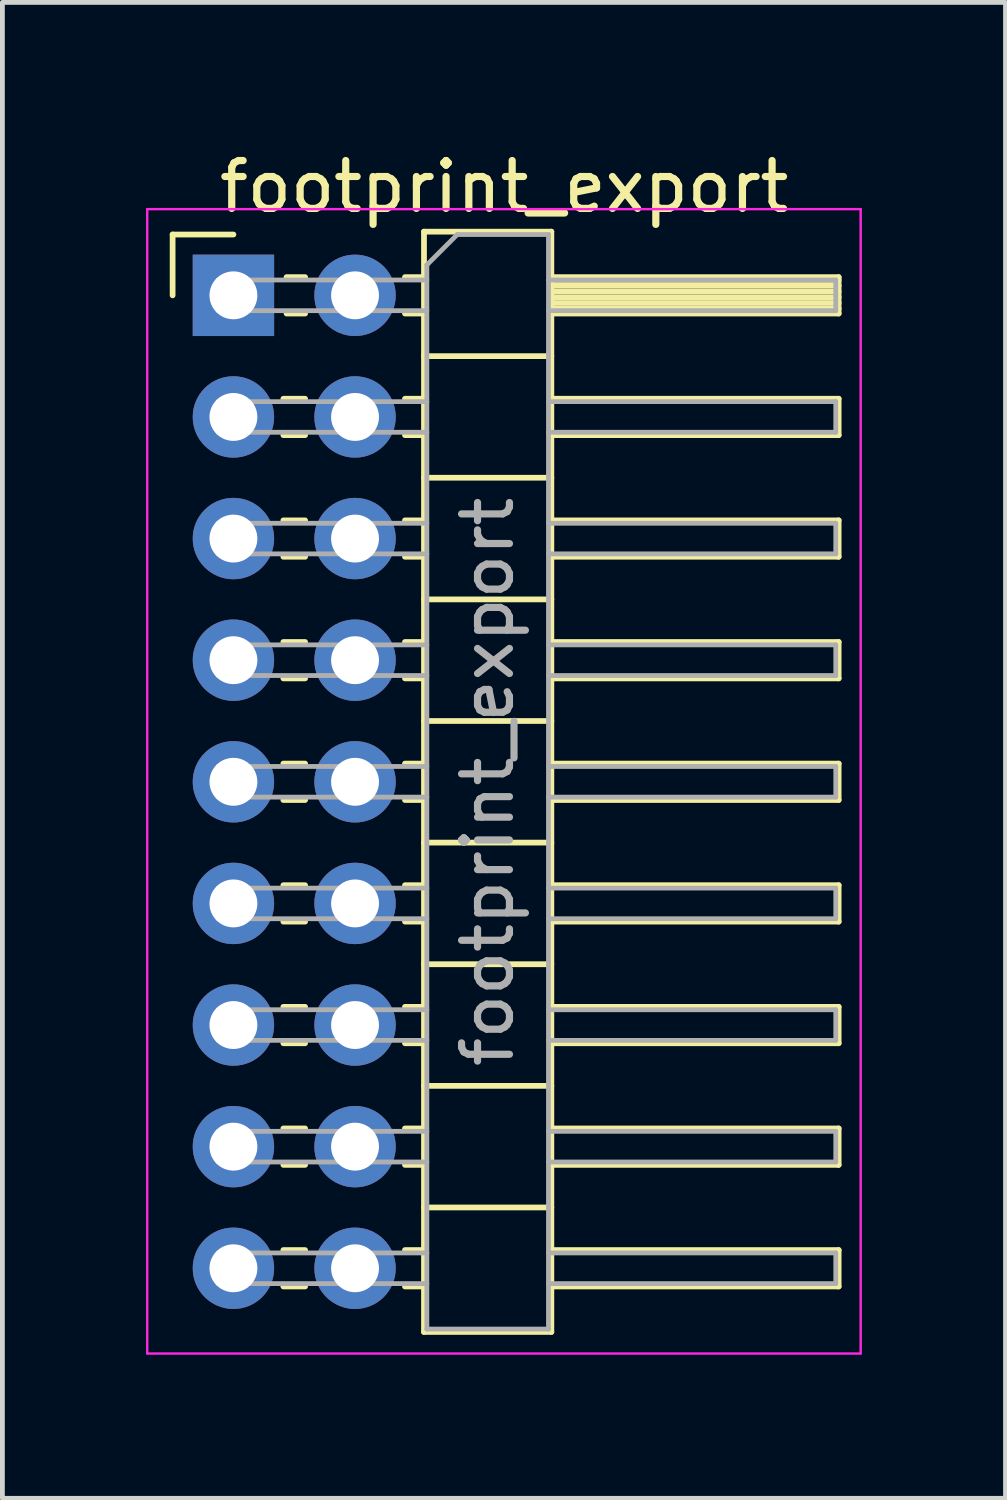
<source format=kicad_pcb>
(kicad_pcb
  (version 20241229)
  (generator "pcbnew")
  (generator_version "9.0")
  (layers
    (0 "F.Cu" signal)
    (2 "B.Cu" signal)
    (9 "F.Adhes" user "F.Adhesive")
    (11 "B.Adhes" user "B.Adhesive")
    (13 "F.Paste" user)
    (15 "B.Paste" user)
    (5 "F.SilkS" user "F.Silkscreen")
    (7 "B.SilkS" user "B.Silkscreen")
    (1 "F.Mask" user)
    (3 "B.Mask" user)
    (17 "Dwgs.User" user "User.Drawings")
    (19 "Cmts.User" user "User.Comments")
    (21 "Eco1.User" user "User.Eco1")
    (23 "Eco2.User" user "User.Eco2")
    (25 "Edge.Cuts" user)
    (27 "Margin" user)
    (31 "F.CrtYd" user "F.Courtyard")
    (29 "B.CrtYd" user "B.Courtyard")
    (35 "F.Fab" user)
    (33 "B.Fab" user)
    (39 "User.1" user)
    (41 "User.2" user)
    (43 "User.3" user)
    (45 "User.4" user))
  (footprint "footprint_export"
    (layer "F.Cu")
    (at 1.825 3.118)
    (property "Reference" "footprint_export" (at 5.655 -2.27 0) (layer "F.SilkS") (effects (font (size 1 1) (thickness 0.15))))
    (attr through_hole)
    (fp_line (start -1.27 -1.27) (end 0 -1.27) (stroke (width 0.12) (type solid)) (layer "F.SilkS"))
    (fp_line (start -1.27 0) (end -1.27 -1.27) (stroke (width 0.12) (type solid)) (layer "F.SilkS"))
    (fp_line (start 1.043 2.16) (end 1.497 2.16) (stroke (width 0.12) (type solid)) (layer "F.SilkS"))
    (fp_line (start 1.043 2.92) (end 1.497 2.92) (stroke (width 0.12) (type solid)) (layer "F.SilkS"))
    (fp_line (start 1.043 4.7) (end 1.497 4.7) (stroke (width 0.12) (type solid)) (layer "F.SilkS"))
    (fp_line (start 1.043 5.46) (end 1.497 5.46) (stroke (width 0.12) (type solid)) (layer "F.SilkS"))
    (fp_line (start 1.043 7.24) (end 1.497 7.24) (stroke (width 0.12) (type solid)) (layer "F.SilkS"))
    (fp_line (start 1.043 8) (end 1.497 8) (stroke (width 0.12) (type solid)) (layer "F.SilkS"))
    (fp_line (start 1.043 9.78) (end 1.497 9.78) (stroke (width 0.12) (type solid)) (layer "F.SilkS"))
    (fp_line (start 1.043 10.54) (end 1.497 10.54) (stroke (width 0.12) (type solid)) (layer "F.SilkS"))
    (fp_line (start 1.043 12.32) (end 1.497 12.32) (stroke (width 0.12) (type solid)) (layer "F.SilkS"))
    (fp_line (start 1.043 13.08) (end 1.497 13.08) (stroke (width 0.12) (type solid)) (layer "F.SilkS"))
    (fp_line (start 1.043 14.86) (end 1.497 14.86) (stroke (width 0.12) (type solid)) (layer "F.SilkS"))
    (fp_line (start 1.043 15.62) (end 1.497 15.62) (stroke (width 0.12) (type solid)) (layer "F.SilkS"))
    (fp_line (start 1.043 17.4) (end 1.497 17.4) (stroke (width 0.12) (type solid)) (layer "F.SilkS"))
    (fp_line (start 1.043 18.16) (end 1.497 18.16) (stroke (width 0.12) (type solid)) (layer "F.SilkS"))
    (fp_line (start 1.043 19.94) (end 1.497 19.94) (stroke (width 0.12) (type solid)) (layer "F.SilkS"))
    (fp_line (start 1.043 20.7) (end 1.497 20.7) (stroke (width 0.12) (type solid)) (layer "F.SilkS"))
    (fp_line (start 1.11 -0.38) (end 1.497 -0.38) (stroke (width 0.12) (type solid)) (layer "F.SilkS"))
    (fp_line (start 1.11 0.38) (end 1.497 0.38) (stroke (width 0.12) (type solid)) (layer "F.SilkS"))
    (fp_line (start 3.583 -0.38) (end 3.98 -0.38) (stroke (width 0.12) (type solid)) (layer "F.SilkS"))
    (fp_line (start 3.583 0.38) (end 3.98 0.38) (stroke (width 0.12) (type solid)) (layer "F.SilkS"))
    (fp_line (start 3.583 2.16) (end 3.98 2.16) (stroke (width 0.12) (type solid)) (layer "F.SilkS"))
    (fp_line (start 3.583 2.92) (end 3.98 2.92) (stroke (width 0.12) (type solid)) (layer "F.SilkS"))
    (fp_line (start 3.583 4.7) (end 3.98 4.7) (stroke (width 0.12) (type solid)) (layer "F.SilkS"))
    (fp_line (start 3.583 5.46) (end 3.98 5.46) (stroke (width 0.12) (type solid)) (layer "F.SilkS"))
    (fp_line (start 3.583 7.24) (end 3.98 7.24) (stroke (width 0.12) (type solid)) (layer "F.SilkS"))
    (fp_line (start 3.583 8) (end 3.98 8) (stroke (width 0.12) (type solid)) (layer "F.SilkS"))
    (fp_line (start 3.583 9.78) (end 3.98 9.78) (stroke (width 0.12) (type solid)) (layer "F.SilkS"))
    (fp_line (start 3.583 10.54) (end 3.98 10.54) (stroke (width 0.12) (type solid)) (layer "F.SilkS"))
    (fp_line (start 3.583 12.32) (end 3.98 12.32) (stroke (width 0.12) (type solid)) (layer "F.SilkS"))
    (fp_line (start 3.583 13.08) (end 3.98 13.08) (stroke (width 0.12) (type solid)) (layer "F.SilkS"))
    (fp_line (start 3.583 14.86) (end 3.98 14.86) (stroke (width 0.12) (type solid)) (layer "F.SilkS"))
    (fp_line (start 3.583 15.62) (end 3.98 15.62) (stroke (width 0.12) (type solid)) (layer "F.SilkS"))
    (fp_line (start 3.583 17.4) (end 3.98 17.4) (stroke (width 0.12) (type solid)) (layer "F.SilkS"))
    (fp_line (start 3.583 18.16) (end 3.98 18.16) (stroke (width 0.12) (type solid)) (layer "F.SilkS"))
    (fp_line (start 3.583 19.94) (end 3.98 19.94) (stroke (width 0.12) (type solid)) (layer "F.SilkS"))
    (fp_line (start 3.583 20.7) (end 3.98 20.7) (stroke (width 0.12) (type solid)) (layer "F.SilkS"))
    (fp_line (start 3.98 -1.33) (end 3.98 21.65) (stroke (width 0.12) (type solid)) (layer "F.SilkS"))
    (fp_line (start 3.98 1.27) (end 6.64 1.27) (stroke (width 0.12) (type solid)) (layer "F.SilkS"))
    (fp_line (start 3.98 3.81) (end 6.64 3.81) (stroke (width 0.12) (type solid)) (layer "F.SilkS"))
    (fp_line (start 3.98 6.35) (end 6.64 6.35) (stroke (width 0.12) (type solid)) (layer "F.SilkS"))
    (fp_line (start 3.98 8.89) (end 6.64 8.89) (stroke (width 0.12) (type solid)) (layer "F.SilkS"))
    (fp_line (start 3.98 11.43) (end 6.64 11.43) (stroke (width 0.12) (type solid)) (layer "F.SilkS"))
    (fp_line (start 3.98 13.97) (end 6.64 13.97) (stroke (width 0.12) (type solid)) (layer "F.SilkS"))
    (fp_line (start 3.98 16.51) (end 6.64 16.51) (stroke (width 0.12) (type solid)) (layer "F.SilkS"))
    (fp_line (start 3.98 19.05) (end 6.64 19.05) (stroke (width 0.12) (type solid)) (layer "F.SilkS"))
    (fp_line (start 3.98 21.65) (end 6.64 21.65) (stroke (width 0.12) (type solid)) (layer "F.SilkS"))
    (fp_line (start 6.64 -1.33) (end 3.98 -1.33) (stroke (width 0.12) (type solid)) (layer "F.SilkS"))
    (fp_line (start 6.64 -0.38) (end 12.64 -0.38) (stroke (width 0.12) (type solid)) (layer "F.SilkS"))
    (fp_line (start 6.64 -0.32) (end 12.64 -0.32) (stroke (width 0.12) (type solid)) (layer "F.SilkS"))
    (fp_line (start 6.64 -0.2) (end 12.64 -0.2) (stroke (width 0.12) (type solid)) (layer "F.SilkS"))
    (fp_line (start 6.64 -0.08) (end 12.64 -0.08) (stroke (width 0.12) (type solid)) (layer "F.SilkS"))
    (fp_line (start 6.64 0.04) (end 12.64 0.04) (stroke (width 0.12) (type solid)) (layer "F.SilkS"))
    (fp_line (start 6.64 0.16) (end 12.64 0.16) (stroke (width 0.12) (type solid)) (layer "F.SilkS"))
    (fp_line (start 6.64 0.28) (end 12.64 0.28) (stroke (width 0.12) (type solid)) (layer "F.SilkS"))
    (fp_line (start 6.64 2.16) (end 12.64 2.16) (stroke (width 0.12) (type solid)) (layer "F.SilkS"))
    (fp_line (start 6.64 4.7) (end 12.64 4.7) (stroke (width 0.12) (type solid)) (layer "F.SilkS"))
    (fp_line (start 6.64 7.24) (end 12.64 7.24) (stroke (width 0.12) (type solid)) (layer "F.SilkS"))
    (fp_line (start 6.64 9.78) (end 12.64 9.78) (stroke (width 0.12) (type solid)) (layer "F.SilkS"))
    (fp_line (start 6.64 12.32) (end 12.64 12.32) (stroke (width 0.12) (type solid)) (layer "F.SilkS"))
    (fp_line (start 6.64 14.86) (end 12.64 14.86) (stroke (width 0.12) (type solid)) (layer "F.SilkS"))
    (fp_line (start 6.64 17.4) (end 12.64 17.4) (stroke (width 0.12) (type solid)) (layer "F.SilkS"))
    (fp_line (start 6.64 19.94) (end 12.64 19.94) (stroke (width 0.12) (type solid)) (layer "F.SilkS"))
    (fp_line (start 6.64 21.65) (end 6.64 -1.33) (stroke (width 0.12) (type solid)) (layer "F.SilkS"))
    (fp_line (start 12.64 -0.38) (end 12.64 0.38) (stroke (width 0.12) (type solid)) (layer "F.SilkS"))
    (fp_line (start 12.64 0.38) (end 6.64 0.38) (stroke (width 0.12) (type solid)) (layer "F.SilkS"))
    (fp_line (start 12.64 2.16) (end 12.64 2.92) (stroke (width 0.12) (type solid)) (layer "F.SilkS"))
    (fp_line (start 12.64 2.92) (end 6.64 2.92) (stroke (width 0.12) (type solid)) (layer "F.SilkS"))
    (fp_line (start 12.64 4.7) (end 12.64 5.46) (stroke (width 0.12) (type solid)) (layer "F.SilkS"))
    (fp_line (start 12.64 5.46) (end 6.64 5.46) (stroke (width 0.12) (type solid)) (layer "F.SilkS"))
    (fp_line (start 12.64 7.24) (end 12.64 8) (stroke (width 0.12) (type solid)) (layer "F.SilkS"))
    (fp_line (start 12.64 8) (end 6.64 8) (stroke (width 0.12) (type solid)) (layer "F.SilkS"))
    (fp_line (start 12.64 9.78) (end 12.64 10.54) (stroke (width 0.12) (type solid)) (layer "F.SilkS"))
    (fp_line (start 12.64 10.54) (end 6.64 10.54) (stroke (width 0.12) (type solid)) (layer "F.SilkS"))
    (fp_line (start 12.64 12.32) (end 12.64 13.08) (stroke (width 0.12) (type solid)) (layer "F.SilkS"))
    (fp_line (start 12.64 13.08) (end 6.64 13.08) (stroke (width 0.12) (type solid)) (layer "F.SilkS"))
    (fp_line (start 12.64 14.86) (end 12.64 15.62) (stroke (width 0.12) (type solid)) (layer "F.SilkS"))
    (fp_line (start 12.64 15.62) (end 6.64 15.62) (stroke (width 0.12) (type solid)) (layer "F.SilkS"))
    (fp_line (start 12.64 17.4) (end 12.64 18.16) (stroke (width 0.12) (type solid)) (layer "F.SilkS"))
    (fp_line (start 12.64 18.16) (end 6.64 18.16) (stroke (width 0.12) (type solid)) (layer "F.SilkS"))
    (fp_line (start 12.64 19.94) (end 12.64 20.7) (stroke (width 0.12) (type solid)) (layer "F.SilkS"))
    (fp_line (start 12.64 20.7) (end 6.64 20.7) (stroke (width 0.12) (type solid)) (layer "F.SilkS"))
    (fp_line (start -1.8 -1.8) (end -1.8 22.1) (stroke (width 0.05) (type solid)) (layer "F.CrtYd"))
    (fp_line (start -1.8 22.1) (end 13.1 22.1) (stroke (width 0.05) (type solid)) (layer "F.CrtYd"))
    (fp_line (start 13.1 -1.8) (end -1.8 -1.8) (stroke (width 0.05) (type solid)) (layer "F.CrtYd"))
    (fp_line (start 13.1 22.1) (end 13.1 -1.8) (stroke (width 0.05) (type solid)) (layer "F.CrtYd"))
    (fp_line (start -0.32 -0.32) (end -0.32 0.32) (stroke (width 0.1) (type solid)) (layer "F.Fab"))
    (fp_line (start -0.32 -0.32) (end 4.04 -0.32) (stroke (width 0.1) (type solid)) (layer "F.Fab"))
    (fp_line (start -0.32 0.32) (end 4.04 0.32) (stroke (width 0.1) (type solid)) (layer "F.Fab"))
    (fp_line (start -0.32 2.22) (end -0.32 2.86) (stroke (width 0.1) (type solid)) (layer "F.Fab"))
    (fp_line (start -0.32 2.22) (end 4.04 2.22) (stroke (width 0.1) (type solid)) (layer "F.Fab"))
    (fp_line (start -0.32 2.86) (end 4.04 2.86) (stroke (width 0.1) (type solid)) (layer "F.Fab"))
    (fp_line (start -0.32 4.76) (end -0.32 5.4) (stroke (width 0.1) (type solid)) (layer "F.Fab"))
    (fp_line (start -0.32 4.76) (end 4.04 4.76) (stroke (width 0.1) (type solid)) (layer "F.Fab"))
    (fp_line (start -0.32 5.4) (end 4.04 5.4) (stroke (width 0.1) (type solid)) (layer "F.Fab"))
    (fp_line (start -0.32 7.3) (end -0.32 7.94) (stroke (width 0.1) (type solid)) (layer "F.Fab"))
    (fp_line (start -0.32 7.3) (end 4.04 7.3) (stroke (width 0.1) (type solid)) (layer "F.Fab"))
    (fp_line (start -0.32 7.94) (end 4.04 7.94) (stroke (width 0.1) (type solid)) (layer "F.Fab"))
    (fp_line (start -0.32 9.84) (end -0.32 10.48) (stroke (width 0.1) (type solid)) (layer "F.Fab"))
    (fp_line (start -0.32 9.84) (end 4.04 9.84) (stroke (width 0.1) (type solid)) (layer "F.Fab"))
    (fp_line (start -0.32 10.48) (end 4.04 10.48) (stroke (width 0.1) (type solid)) (layer "F.Fab"))
    (fp_line (start -0.32 12.38) (end -0.32 13.02) (stroke (width 0.1) (type solid)) (layer "F.Fab"))
    (fp_line (start -0.32 12.38) (end 4.04 12.38) (stroke (width 0.1) (type solid)) (layer "F.Fab"))
    (fp_line (start -0.32 13.02) (end 4.04 13.02) (stroke (width 0.1) (type solid)) (layer "F.Fab"))
    (fp_line (start -0.32 14.92) (end -0.32 15.56) (stroke (width 0.1) (type solid)) (layer "F.Fab"))
    (fp_line (start -0.32 14.92) (end 4.04 14.92) (stroke (width 0.1) (type solid)) (layer "F.Fab"))
    (fp_line (start -0.32 15.56) (end 4.04 15.56) (stroke (width 0.1) (type solid)) (layer "F.Fab"))
    (fp_line (start -0.32 17.46) (end -0.32 18.1) (stroke (width 0.1) (type solid)) (layer "F.Fab"))
    (fp_line (start -0.32 17.46) (end 4.04 17.46) (stroke (width 0.1) (type solid)) (layer "F.Fab"))
    (fp_line (start -0.32 18.1) (end 4.04 18.1) (stroke (width 0.1) (type solid)) (layer "F.Fab"))
    (fp_line (start -0.32 20) (end -0.32 20.64) (stroke (width 0.1) (type solid)) (layer "F.Fab"))
    (fp_line (start -0.32 20) (end 4.04 20) (stroke (width 0.1) (type solid)) (layer "F.Fab"))
    (fp_line (start -0.32 20.64) (end 4.04 20.64) (stroke (width 0.1) (type solid)) (layer "F.Fab"))
    (fp_line (start 4.04 -0.635) (end 4.675 -1.27) (stroke (width 0.1) (type solid)) (layer "F.Fab"))
    (fp_line (start 4.04 21.59) (end 4.04 -0.635) (stroke (width 0.1) (type solid)) (layer "F.Fab"))
    (fp_line (start 4.675 -1.27) (end 6.58 -1.27) (stroke (width 0.1) (type solid)) (layer "F.Fab"))
    (fp_line (start 6.58 -1.27) (end 6.58 21.59) (stroke (width 0.1) (type solid)) (layer "F.Fab"))
    (fp_line (start 6.58 -0.32) (end 12.58 -0.32) (stroke (width 0.1) (type solid)) (layer "F.Fab"))
    (fp_line (start 6.58 0.32) (end 12.58 0.32) (stroke (width 0.1) (type solid)) (layer "F.Fab"))
    (fp_line (start 6.58 2.22) (end 12.58 2.22) (stroke (width 0.1) (type solid)) (layer "F.Fab"))
    (fp_line (start 6.58 2.86) (end 12.58 2.86) (stroke (width 0.1) (type solid)) (layer "F.Fab"))
    (fp_line (start 6.58 4.76) (end 12.58 4.76) (stroke (width 0.1) (type solid)) (layer "F.Fab"))
    (fp_line (start 6.58 5.4) (end 12.58 5.4) (stroke (width 0.1) (type solid)) (layer "F.Fab"))
    (fp_line (start 6.58 7.3) (end 12.58 7.3) (stroke (width 0.1) (type solid)) (layer "F.Fab"))
    (fp_line (start 6.58 7.94) (end 12.58 7.94) (stroke (width 0.1) (type solid)) (layer "F.Fab"))
    (fp_line (start 6.58 9.84) (end 12.58 9.84) (stroke (width 0.1) (type solid)) (layer "F.Fab"))
    (fp_line (start 6.58 10.48) (end 12.58 10.48) (stroke (width 0.1) (type solid)) (layer "F.Fab"))
    (fp_line (start 6.58 12.38) (end 12.58 12.38) (stroke (width 0.1) (type solid)) (layer "F.Fab"))
    (fp_line (start 6.58 13.02) (end 12.58 13.02) (stroke (width 0.1) (type solid)) (layer "F.Fab"))
    (fp_line (start 6.58 14.92) (end 12.58 14.92) (stroke (width 0.1) (type solid)) (layer "F.Fab"))
    (fp_line (start 6.58 15.56) (end 12.58 15.56) (stroke (width 0.1) (type solid)) (layer "F.Fab"))
    (fp_line (start 6.58 17.46) (end 12.58 17.46) (stroke (width 0.1) (type solid)) (layer "F.Fab"))
    (fp_line (start 6.58 18.1) (end 12.58 18.1) (stroke (width 0.1) (type solid)) (layer "F.Fab"))
    (fp_line (start 6.58 20) (end 12.58 20) (stroke (width 0.1) (type solid)) (layer "F.Fab"))
    (fp_line (start 6.58 20.64) (end 12.58 20.64) (stroke (width 0.1) (type solid)) (layer "F.Fab"))
    (fp_line (start 6.58 21.59) (end 4.04 21.59) (stroke (width 0.1) (type solid)) (layer "F.Fab"))
    (fp_line (start 12.58 -0.32) (end 12.58 0.32) (stroke (width 0.1) (type solid)) (layer "F.Fab"))
    (fp_line (start 12.58 2.22) (end 12.58 2.86) (stroke (width 0.1) (type solid)) (layer "F.Fab"))
    (fp_line (start 12.58 4.76) (end 12.58 5.4) (stroke (width 0.1) (type solid)) (layer "F.Fab"))
    (fp_line (start 12.58 7.3) (end 12.58 7.94) (stroke (width 0.1) (type solid)) (layer "F.Fab"))
    (fp_line (start 12.58 9.84) (end 12.58 10.48) (stroke (width 0.1) (type solid)) (layer "F.Fab"))
    (fp_line (start 12.58 12.38) (end 12.58 13.02) (stroke (width 0.1) (type solid)) (layer "F.Fab"))
    (fp_line (start 12.58 14.92) (end 12.58 15.56) (stroke (width 0.1) (type solid)) (layer "F.Fab"))
    (fp_line (start 12.58 17.46) (end 12.58 18.1) (stroke (width 0.1) (type solid)) (layer "F.Fab"))
    (fp_line (start 12.58 20) (end 12.58 20.64) (stroke (width 0.1) (type solid)) (layer "F.Fab"))
    (fp_text user "${REFERENCE}" (at 5.31 10.16 90) (layer "F.Fab") (effects (font (size 1 1) (thickness 0.15))))
    (pad "1" thru_hole rect (at 0 0) (size 1.7 1.7) (drill 1) (layers "*.Cu" "*.Mask"))
    (pad "2" thru_hole oval (at 2.54 0) (size 1.7 1.7) (drill 1) (layers "*.Cu" "*.Mask"))
    (pad "3" thru_hole oval (at 0 2.54) (size 1.7 1.7) (drill 1) (layers "*.Cu" "*.Mask"))
    (pad "4" thru_hole oval (at 2.54 2.54) (size 1.7 1.7) (drill 1) (layers "*.Cu" "*.Mask"))
    (pad "5" thru_hole oval (at 0 5.08) (size 1.7 1.7) (drill 1) (layers "*.Cu" "*.Mask"))
    (pad "6" thru_hole oval (at 2.54 5.08) (size 1.7 1.7) (drill 1) (layers "*.Cu" "*.Mask"))
    (pad "7" thru_hole oval (at 0 7.62) (size 1.7 1.7) (drill 1) (layers "*.Cu" "*.Mask"))
    (pad "8" thru_hole oval (at 2.54 7.62) (size 1.7 1.7) (drill 1) (layers "*.Cu" "*.Mask"))
    (pad "9" thru_hole oval (at 0 10.16) (size 1.7 1.7) (drill 1) (layers "*.Cu" "*.Mask"))
    (pad "10" thru_hole oval (at 2.54 10.16) (size 1.7 1.7) (drill 1) (layers "*.Cu" "*.Mask"))
    (pad "11" thru_hole oval (at 0 12.7) (size 1.7 1.7) (drill 1) (layers "*.Cu" "*.Mask"))
    (pad "12" thru_hole oval (at 2.54 12.7) (size 1.7 1.7) (drill 1) (layers "*.Cu" "*.Mask"))
    (pad "13" thru_hole oval (at 0 15.24) (size 1.7 1.7) (drill 1) (layers "*.Cu" "*.Mask"))
    (pad "14" thru_hole oval (at 2.54 15.24) (size 1.7 1.7) (drill 1) (layers "*.Cu" "*.Mask"))
    (pad "15" thru_hole oval (at 0 17.78) (size 1.7 1.7) (drill 1) (layers "*.Cu" "*.Mask"))
    (pad "16" thru_hole oval (at 2.54 17.78) (size 1.7 1.7) (drill 1) (layers "*.Cu" "*.Mask"))
    (pad "17" thru_hole oval (at 0 20.32) (size 1.7 1.7) (drill 1) (layers "*.Cu" "*.Mask"))
    (pad "18" thru_hole oval (at 2.54 20.32) (size 1.7 1.7) (drill 1) (layers "*.Cu" "*.Mask")))
  (gr_rect
    (start -3 -3)
    (end 17.95 28.243)
    (stroke (width 0.1) (type default))
    (fill no)
    (layer "Edge.Cuts")))
</source>
